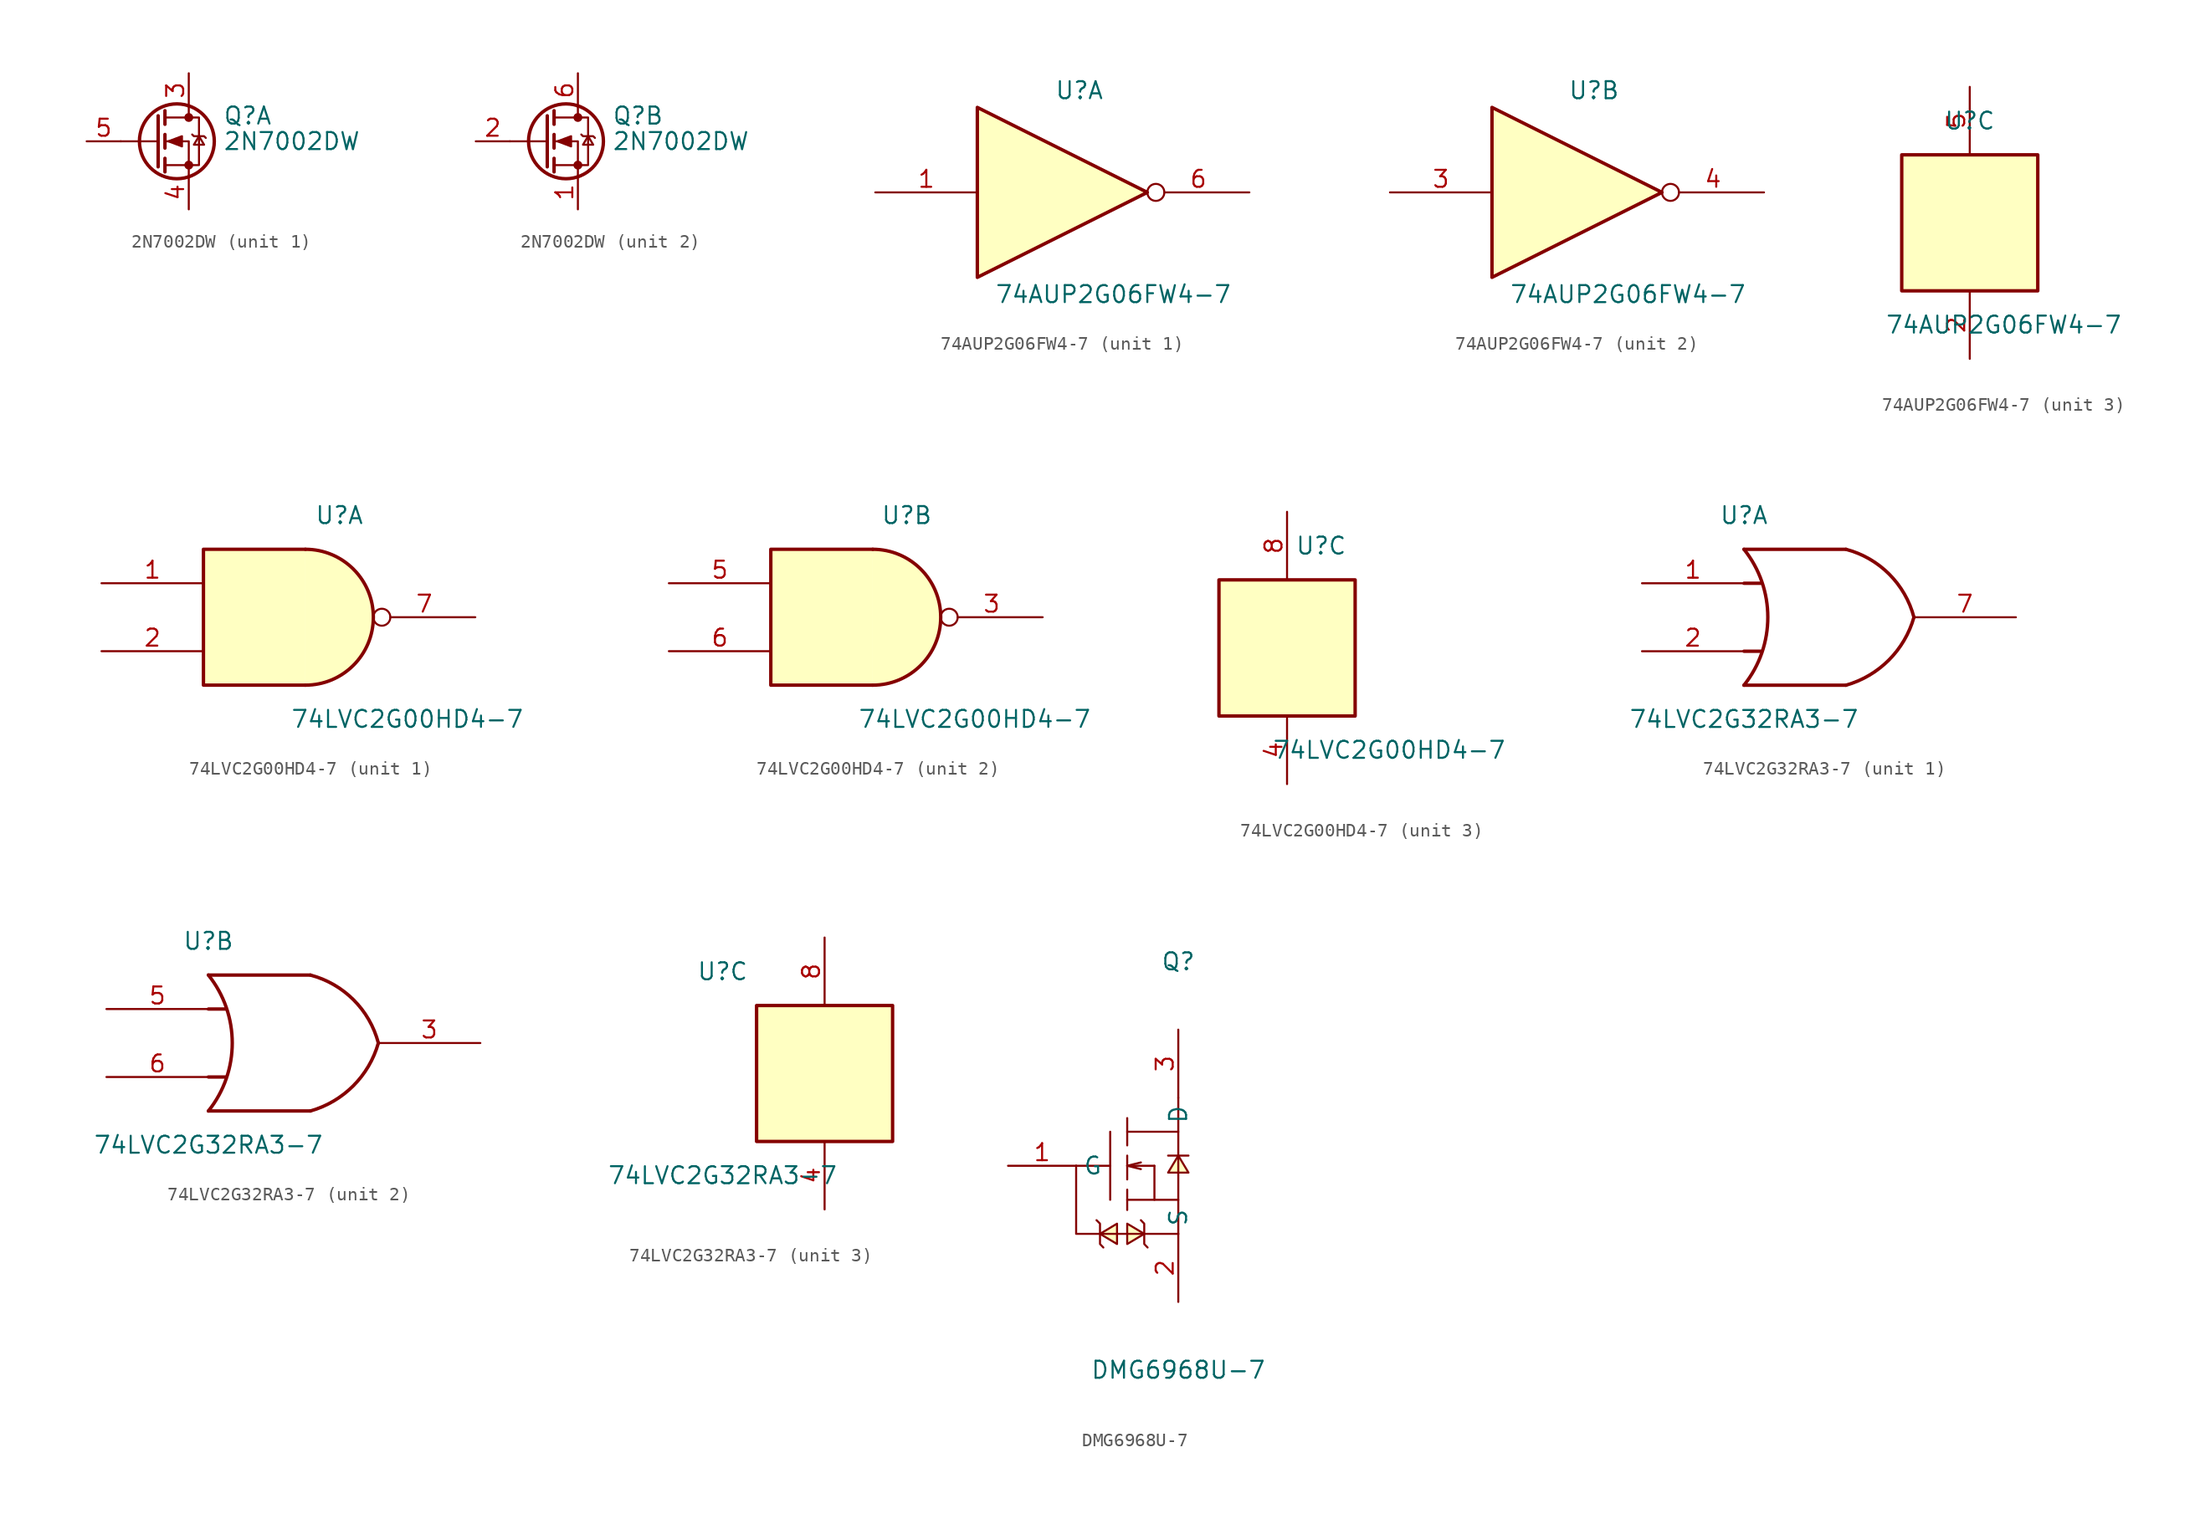
<source format=kicad_sym>
(kicad_symbol_lib
  (version 20231120)
  (generator "kicad_symbol_editor")
  (generator_version "8.0")
  (symbol "2N7002DW"
    (pin_names hide)
    (property "Reference" "Q"
      (at 5.08 1.905 0)
      (effects (font (size 1.27 1.27)) (justify left)))
    (property "Value" "2N7002DW"
      (at 5.08 0 0)
      (effects (font (size 1.27 1.27)) (justify left)))
    (property "ki_locked" ""
      (at 0 0 0)
      (effects (font (size 1.27 1.27))))
    (symbol "2N7002DW_0_1"
      (polyline (pts (xy 0.254 0) (xy -2.54 0)) (stroke (width 0) (type default)) (fill (type none)))
      (polyline (pts (xy 0.254 1.905) (xy 0.254 -1.905)) (stroke (width 0.254) (type default)) (fill (type none)))
      (polyline (pts (xy 0.762 -1.27) (xy 0.762 -2.286)) (stroke (width 0.254) (type default)) (fill (type none)))
      (polyline (pts (xy 0.762 0.508) (xy 0.762 -0.508)) (stroke (width 0.254) (type default)) (fill (type none)))
      (polyline (pts (xy 0.762 2.286) (xy 0.762 1.27)) (stroke (width 0.254) (type default)) (fill (type none)))
      (polyline (pts (xy 2.54 2.54) (xy 2.54 1.778)) (stroke (width 0) (type default)) (fill (type none)))
      (polyline (pts (xy 2.54 -2.54) (xy 2.54 0) (xy 0.762 0)) (stroke (width 0) (type default)) (fill (type none)))
      (polyline (pts (xy 0.762 -1.778) (xy 3.302 -1.778) (xy 3.302 1.778) (xy 0.762 1.778)) (stroke (width 0) (type default)) (fill (type none)))
      (polyline (pts (xy 1.016 0) (xy 2.032 0.381) (xy 2.032 -0.381) (xy 1.016 0)) (stroke (width 0) (type default)) (fill (type outline)))
      (polyline (pts (xy 2.794 0.508) (xy 2.921 0.381) (xy 3.683 0.381) (xy 3.81 0.254)) (stroke (width 0) (type default)) (fill (type none)))
      (polyline (pts (xy 3.302 0.381) (xy 2.921 -0.254) (xy 3.683 -0.254) (xy 3.302 0.381)) (stroke (width 0) (type default)) (fill (type none)))
      (circle (center 1.651 0) (radius 2.794) (stroke (width 0.254) (type default)) (fill (type none)))
      (circle (center 2.54 -1.778) (radius 0.254) (stroke (width 0) (type default)) (fill (type outline)))
      (circle (center 2.54 1.778) (radius 0.254) (stroke (width 0) (type default)) (fill (type outline))))
    (symbol "2N7002DW_1_1"
      (pin passive line (at 2.54 5.08 270) (length 2.54) (name "D" (effects (font (size 1.27 1.27)))) (number "3" (effects (font (size 1.27 1.27)))))
      (pin passive line (at 2.54 -5.08 90) (length 2.54) (name "S" (effects (font (size 1.27 1.27)))) (number "4" (effects (font (size 1.27 1.27)))))
      (pin input line (at -5.08 0 0) (length 2.54) (name "G" (effects (font (size 1.27 1.27)))) (number "5" (effects (font (size 1.27 1.27))))))
    (symbol "2N7002DW_2_1"
      (pin passive line (at 2.54 -5.08 90) (length 2.54) (name "S" (effects (font (size 1.27 1.27)))) (number "1" (effects (font (size 1.27 1.27)))))
      (pin input line (at -5.08 0 0) (length 2.54) (name "G" (effects (font (size 1.27 1.27)))) (number "2" (effects (font (size 1.27 1.27)))))
      (pin passive line (at 2.54 5.08 270) (length 2.54) (name "D" (effects (font (size 1.27 1.27)))) (number "6" (effects (font (size 1.27 1.27)))))))
  (symbol "74AUP2G06FW4-7"
    (pin_names hide)
    (property "Reference" "U"
      (at 0 7.62 0)
      (effects (font (size 1.27 1.27))))
    (property "Value" "74AUP2G06FW4-7"
      (at 2.54 -7.62 0)
      (effects (font (size 1.27 1.27))))
    (symbol "74AUP2G06FW4-7_1_1"
      (polyline (pts (xy -7.62 6.35) (xy -7.62 -6.35) (xy 5.08 0) (xy -7.62 6.35)) (stroke (width 0.254) (type default)) (fill (type background)))
      (pin input line (at -15.24 0 0) (length 7.62) (name "1A" (effects (font (size 1.27 1.27)))) (number "1" (effects (font (size 1.27 1.27)))))
      (pin output inverted (at 12.7 0 180) (length 7.62) (name "1Y" (effects (font (size 1.27 1.27)))) (number "6" (effects (font (size 1.27 1.27))))))
    (symbol "74AUP2G06FW4-7_2_1"
      (polyline (pts (xy -7.62 6.35) (xy -7.62 -6.35) (xy 5.08 0) (xy -7.62 6.35)) (stroke (width 0.254) (type default)) (fill (type background)))
      (pin input line (at -15.24 0 0) (length 7.62) (name "2A" (effects (font (size 1.27 1.27)))) (number "3" (effects (font (size 1.27 1.27)))))
      (pin output inverted (at 12.7 0 180) (length 7.62) (name "2Y" (effects (font (size 1.27 1.27)))) (number "4" (effects (font (size 1.27 1.27))))))
    (symbol "74AUP2G06FW4-7_3_0"
      (rectangle (start -5.08 -5.08) (end 5.08 5.08) (stroke (width 0.254) (type default)) (fill (type background))))
    (symbol "74AUP2G06FW4-7_3_1"
      (pin power_in line (at 0 -10.16 90) (length 5.08) (name "GND" (effects (font (size 1.27 1.27)))) (number "2" (effects (font (size 1.27 1.27)))))
      (pin power_in line (at 0 10.16 270) (length 5.08) (name "VCC" (effects (font (size 1.27 1.27)))) (number "5" (effects (font (size 1.27 1.27)))))))
  (symbol "74LVC2G00HD4-7"
    (pin_names hide)
    (property "Reference" "U"
      (at 2.54 7.62 0)
      (effects (font (size 1.27 1.27))))
    (property "Value" "74LVC2G00HD4-7"
      (at 7.62 -7.62 0)
      (effects (font (size 1.27 1.27))))
    (symbol "74LVC2G00HD4-7_1_1"
      (arc (start 0 -5.08) (mid 5.0579 0) (end 0 5.08) (stroke (width 0.254) (type default)) (fill (type background)))
      (polyline (pts (xy 0 -5.08) (xy -7.62 -5.08) (xy -7.62 5.08) (xy 0 5.08)) (stroke (width 0.254) (type default)) (fill (type background)))
      (pin input line (at -15.24 2.54 0) (length 7.62) (name "1A" (effects (font (size 1.27 1.27)))) (number "1" (effects (font (size 1.27 1.27)))))
      (pin input line (at -15.24 -2.54 0) (length 7.62) (name "1B" (effects (font (size 1.27 1.27)))) (number "2" (effects (font (size 1.27 1.27)))))
      (pin output inverted (at 12.7 0 180) (length 7.62) (name "1Y" (effects (font (size 1.27 1.27)))) (number "7" (effects (font (size 1.27 1.27))))))
    (symbol "74LVC2G00HD4-7_2_1"
      (arc (start 0 -5.08) (mid 5.0579 0) (end 0 5.08) (stroke (width 0.254) (type default)) (fill (type background)))
      (polyline (pts (xy 0 -5.08) (xy -7.62 -5.08) (xy -7.62 5.08) (xy 0 5.08)) (stroke (width 0.254) (type default)) (fill (type background)))
      (pin output inverted (at 12.7 0 180) (length 7.62) (name "2Y" (effects (font (size 1.27 1.27)))) (number "3" (effects (font (size 1.27 1.27)))))
      (pin input line (at -15.24 2.54 0) (length 7.62) (name "2A" (effects (font (size 1.27 1.27)))) (number "5" (effects (font (size 1.27 1.27)))))
      (pin input line (at -15.24 -2.54 0) (length 7.62) (name "2B" (effects (font (size 1.27 1.27)))) (number "6" (effects (font (size 1.27 1.27))))))
    (symbol "74LVC2G00HD4-7_3_0"
      (rectangle (start -5.08 -5.08) (end 5.08 5.08) (stroke (width 0.254) (type default)) (fill (type background))))
    (symbol "74LVC2G00HD4-7_3_1"
      (pin power_in line (at 0 -10.16 90) (length 5.08) (name "GND" (effects (font (size 1.27 1.27)))) (number "4" (effects (font (size 1.27 1.27)))))
      (pin power_in line (at 0 10.16 270) (length 5.08) (name "VCC" (effects (font (size 1.27 1.27)))) (number "8" (effects (font (size 1.27 1.27)))))))
  (symbol "74LVC2G32RA3-7"
    (pin_names hide)
    (property "Reference" "U"
      (at -7.62 7.62 0)
      (effects (font (size 1.27 1.27))))
    (property "Value" "74LVC2G32RA3-7"
      (at -7.62 -7.62 0)
      (effects (font (size 1.27 1.27))))
    (symbol "74LVC2G32RA3-7_1_1"
      (arc (start -7.62 -5.08) (mid -5.838 0) (end -7.62 5.08) (stroke (width 0.254) (type default)) (fill (type none)))
      (arc (start 0 -5.08) (mid 3.1986 -3.2054) (end 5.08 0) (stroke (width 0.254) (type default)) (fill (type none)))
      (polyline (pts (xy -7.62 -2.54) (xy -6.35 -2.54)) (stroke (width 0.254) (type default)) (fill (type background)))
      (polyline (pts (xy -7.62 2.54) (xy -6.35 2.54)) (stroke (width 0.254) (type default)) (fill (type background)))
      (polyline (pts (xy 0 -5.08) (xy -7.62 -5.08)) (stroke (width 0.254) (type default)) (fill (type background)))
      (polyline (pts (xy 0 5.08) (xy -7.62 5.08)) (stroke (width 0.254) (type default)) (fill (type background)))
      (arc (start 5.08 0) (mid 3.2238 3.2304) (end 0 5.08) (stroke (width 0.254) (type default)) (fill (type none)))
      (pin input line (at -15.24 2.54 0) (length 7.62) (name "1A" (effects (font (size 1.27 1.27)))) (number "1" (effects (font (size 1.27 1.27)))))
      (pin input line (at -15.24 -2.54 0) (length 7.62) (name "1B" (effects (font (size 1.27 1.27)))) (number "2" (effects (font (size 1.27 1.27)))))
      (pin output line (at 12.7 0 180) (length 7.62) (name "1Y" (effects (font (size 1.27 1.27)))) (number "7" (effects (font (size 1.27 1.27))))))
    (symbol "74LVC2G32RA3-7_2_1"
      (arc (start -7.62 -5.08) (mid -5.838 0) (end -7.62 5.08) (stroke (width 0.254) (type default)) (fill (type none)))
      (arc (start 0 -5.08) (mid 3.1986 -3.2054) (end 5.08 0) (stroke (width 0.254) (type default)) (fill (type none)))
      (polyline (pts (xy -7.62 -2.54) (xy -6.35 -2.54)) (stroke (width 0.254) (type default)) (fill (type background)))
      (polyline (pts (xy -7.62 2.54) (xy -6.35 2.54)) (stroke (width 0.254) (type default)) (fill (type background)))
      (polyline (pts (xy 0 -5.08) (xy -7.62 -5.08)) (stroke (width 0.254) (type default)) (fill (type background)))
      (polyline (pts (xy 0 5.08) (xy -7.62 5.08)) (stroke (width 0.254) (type default)) (fill (type background)))
      (arc (start 5.08 0) (mid 3.2238 3.2304) (end 0 5.08) (stroke (width 0.254) (type default)) (fill (type none)))
      (pin output line (at 12.7 0 180) (length 7.62) (name "2Y" (effects (font (size 1.27 1.27)))) (number "3" (effects (font (size 1.27 1.27)))))
      (pin input line (at -15.24 2.54 0) (length 7.62) (name "2A" (effects (font (size 1.27 1.27)))) (number "5" (effects (font (size 1.27 1.27)))))
      (pin input line (at -15.24 -2.54 0) (length 7.62) (name "2B" (effects (font (size 1.27 1.27)))) (number "6" (effects (font (size 1.27 1.27))))))
    (symbol "74LVC2G32RA3-7_3_0"
      (rectangle (start -5.08 -5.08) (end 5.08 5.08) (stroke (width 0.254) (type default)) (fill (type background))))
    (symbol "74LVC2G32RA3-7_3_1"
      (pin power_in line (at 0 -10.16 90) (length 5.08) (name "GND" (effects (font (size 1.27 1.27)))) (number "4" (effects (font (size 1.27 1.27)))))
      (pin power_in line (at 0 10.16 270) (length 5.08) (name "VCC" (effects (font (size 1.27 1.27)))) (number "8" (effects (font (size 1.27 1.27)))))))
  (symbol "DMG6968U-7"
    (property "Reference" "Q"
      (at 0 15.24 0)
      (effects (font (size 1.27 1.27))))
    (property "Value" "DMG6968U-7"
      (at 0 -15.24 0)
      (effects (font (size 1.27 1.27))))
    (symbol "DMG6968U-7_0_1"
      (polyline (pts (xy -5.08 0) (xy -7.62 0)) (stroke (width 0) (type default)) (fill (type none)))
      (polyline (pts (xy -5.08 2.54) (xy -5.08 -2.54)) (stroke (width 0) (type default)) (fill (type none)))
      (polyline (pts (xy -3.81 -2.54) (xy 0 -2.54)) (stroke (width 0) (type default)) (fill (type none)))
      (polyline (pts (xy -3.81 -1.78) (xy -3.81 -3.3)) (stroke (width 0) (type default)) (fill (type none)))
      (polyline (pts (xy -3.81 0) (xy -2.79 0.25)) (stroke (width 0) (type default)) (fill (type none)))
      (polyline (pts (xy -3.81 0.76) (xy -3.81 -1.02)) (stroke (width 0) (type default)) (fill (type none)))
      (polyline (pts (xy -3.81 2.54) (xy 0 2.54)) (stroke (width 0) (type default)) (fill (type none)))
      (polyline (pts (xy -3.81 3.56) (xy -3.81 1.52)) (stroke (width 0) (type default)) (fill (type none)))
      (polyline (pts (xy -1.78 0) (xy -1.78 -2.54)) (stroke (width 0) (type default)) (fill (type none)))
      (polyline (pts (xy 0 5.08) (xy 0 -5.08)) (stroke (width 0) (type default)) (fill (type none)))
      (polyline (pts (xy 0.76 0.76) (xy -0.76 0.76)) (stroke (width 0) (type default)) (fill (type none)))
      (polyline (pts (xy -7.62 0) (xy -7.62 -5.08) (xy 0 -5.08)) (stroke (width 0) (type default)) (fill (type none)))
      (polyline (pts (xy -1.78 0) (xy -3.81 0) (xy -2.79 -0.25)) (stroke (width 0) (type default)) (fill (type none)))
      (polyline (pts (xy -6.1 -4.06) (xy -5.84 -4.32) (xy -5.84 -5.84) (xy -5.59 -6.1)) (stroke (width 0) (type default)) (fill (type none)))
      (polyline (pts (xy -4.57 -4.32) (xy -4.57 -5.84) (xy -5.84 -5.08) (xy -4.57 -4.32)) (stroke (width 0) (type default)) (fill (type background)))
      (polyline (pts (xy -3.81 -5.84) (xy -3.81 -4.32) (xy -2.54 -5.08) (xy -3.81 -5.84)) (stroke (width 0) (type default)) (fill (type background)))
      (polyline (pts (xy -2.79 -4.06) (xy -2.54 -4.32) (xy -2.54 -5.84) (xy -2.29 -6.1)) (stroke (width 0) (type default)) (fill (type none)))
      (polyline (pts (xy 0.76 -0.51) (xy -0.76 -0.51) (xy 0 0.76) (xy 0.76 -0.51)) (stroke (width 0) (type default)) (fill (type background)))
      (pin unspecified line (at -12.7 0 0) (length 5.08) (name "G" (effects (font (size 1.27 1.27)))) (number "1" (effects (font (size 1.27 1.27)))))
      (pin unspecified line (at 0 -10.16 90) (length 5.08) (name "S" (effects (font (size 1.27 1.27)))) (number "2" (effects (font (size 1.27 1.27)))))
      (pin unspecified line (at 0 10.16 270) (length 5.08) (name "D" (effects (font (size 1.27 1.27)))) (number "3" (effects (font (size 1.27 1.27))))))))
</source>
